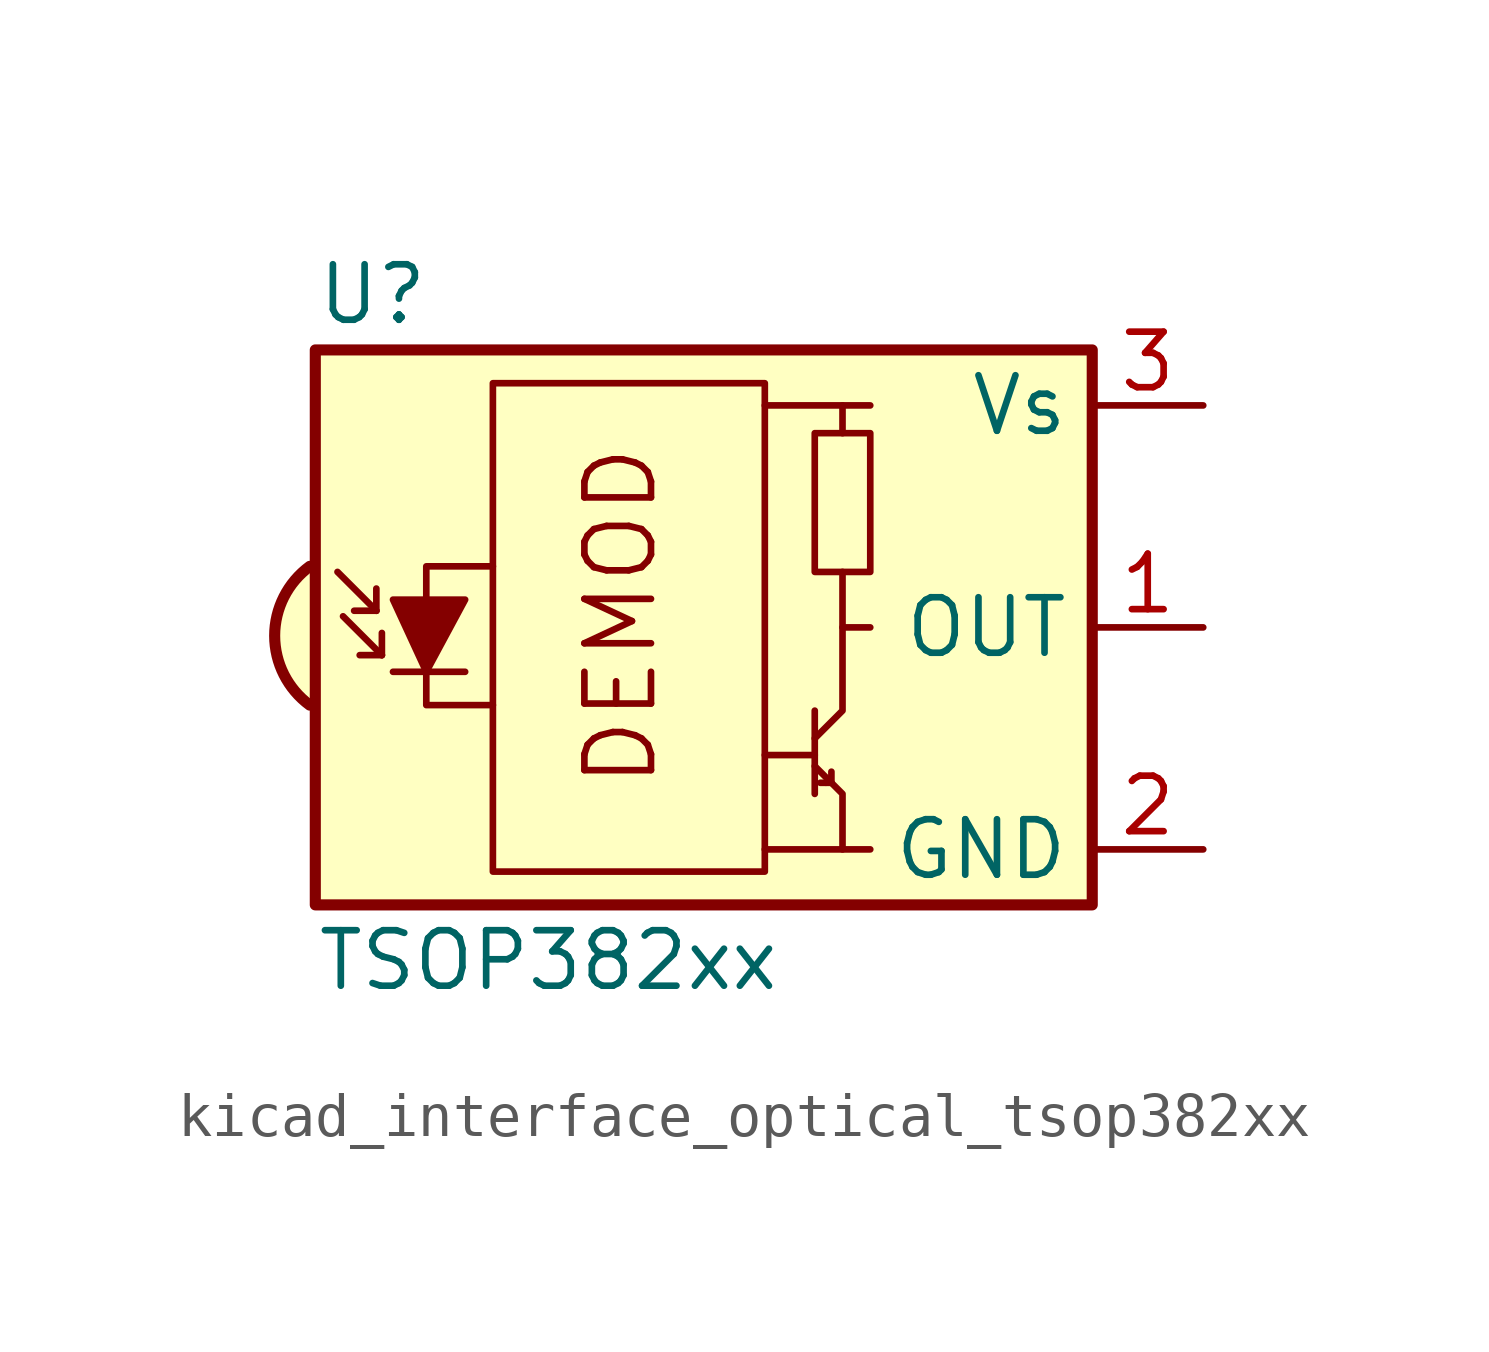
<source format=kicad_sym>
(kicad_symbol_lib
  (version 20220914)
  (generator kicad_symbol_editor)
  (symbol "kicad_interface_optical_tsop382xx"
    (property "Reference" "U"
      (at -10.16 7.62 0)
      (effects (font (size 1.27 1.27)) (justify left)))
    (property "Value" "TSOP382xx"
      (at -10.16 -7.62 0)
      (effects (font (size 1.27 1.27)) (justify left)))
    (symbol "kicad_interface_optical_tsop382xx_0_0"
      (arc (start -10.287 1.397) (mid -11.0899 -0.1852) (end -10.287 -1.778) (stroke (width 0.254) (type default)) (fill (type background)))
      (polyline (pts (xy 1.905 -5.08) (xy 0.127 -5.08)) (stroke (width 0) (type default)) (fill (type none)))
      (polyline (pts (xy 1.905 5.08) (xy 0.127 5.08)) (stroke (width 0) (type default)) (fill (type none)))
      (text "DEMOD" (at -3.175 0.254 900) (effects (font (size 1.524 1.524)))))
    (symbol "kicad_interface_optical_tsop382xx_0_1"
      (rectangle (start -6.096 5.588) (end 0.127 -5.588) (stroke (width 0) (type default)) (fill (type none)))
      (polyline (pts (xy -8.763 0.381) (xy -9.652 1.27)) (stroke (width 0) (type default)) (fill (type none)))
      (polyline (pts (xy -8.763 0.381) (xy -9.271 0.381)) (stroke (width 0) (type default)) (fill (type none)))
      (polyline (pts (xy -8.763 0.381) (xy -8.763 0.889)) (stroke (width 0) (type default)) (fill (type none)))
      (polyline (pts (xy -8.636 -0.635) (xy -9.525 0.254)) (stroke (width 0) (type default)) (fill (type none)))
      (polyline (pts (xy -8.636 -0.635) (xy -9.144 -0.635)) (stroke (width 0) (type default)) (fill (type none)))
      (polyline (pts (xy -8.636 -0.635) (xy -8.636 -0.127)) (stroke (width 0) (type default)) (fill (type none)))
      (polyline (pts (xy -8.382 -1.016) (xy -6.731 -1.016)) (stroke (width 0) (type default)) (fill (type none)))
      (polyline (pts (xy 1.27 -2.921) (xy 0.127 -2.921)) (stroke (width 0) (type default)) (fill (type none)))
      (polyline (pts (xy 1.27 -1.905) (xy 1.27 -3.81)) (stroke (width 0) (type default)) (fill (type none)))
      (polyline (pts (xy 1.397 -3.556) (xy 1.524 -3.556)) (stroke (width 0) (type default)) (fill (type none)))
      (polyline (pts (xy 1.651 -3.556) (xy 1.524 -3.556)) (stroke (width 0) (type default)) (fill (type none)))
      (polyline (pts (xy 1.651 -3.556) (xy 1.651 -3.302)) (stroke (width 0) (type default)) (fill (type none)))
      (polyline (pts (xy 1.905 0) (xy 1.905 1.27)) (stroke (width 0) (type default)) (fill (type none)))
      (polyline (pts (xy 1.905 4.445) (xy 1.905 5.08) (xy 2.54 5.08)) (stroke (width 0) (type default)) (fill (type none)))
      (polyline (pts (xy -8.382 0.635) (xy -6.731 0.635) (xy -7.62 -1.016) (xy -8.382 0.635)) (stroke (width 0) (type default)) (fill (type outline)))
      (polyline (pts (xy -6.096 1.397) (xy -7.62 1.397) (xy -7.62 -1.778) (xy -6.096 -1.778)) (stroke (width 0) (type default)) (fill (type none)))
      (polyline (pts (xy 1.27 -3.175) (xy 1.905 -3.81) (xy 1.905 -5.08) (xy 2.54 -5.08)) (stroke (width 0) (type default)) (fill (type none)))
      (polyline (pts (xy 1.27 -2.54) (xy 1.905 -1.905) (xy 1.905 0) (xy 2.54 0)) (stroke (width 0) (type default)) (fill (type none)))
      (rectangle (start 2.54 1.27) (end 1.27 4.445) (stroke (width 0) (type default)) (fill (type none)))
      (rectangle (start 7.62 6.35) (end -10.16 -6.35) (stroke (width 0.254) (type default)) (fill (type background))))
    (symbol "kicad_interface_optical_tsop382xx_1_1"
      (pin output line (at 10.16 0 180) (length 2.54) (name "OUT" (effects (font (size 1.27 1.27)))) (number "1" (effects (font (size 1.27 1.27)))))
      (pin power_in line (at 10.16 -5.08 180) (length 2.54) (name "GND" (effects (font (size 1.27 1.27)))) (number "2" (effects (font (size 1.27 1.27)))))
      (pin power_in line (at 10.16 5.08 180) (length 2.54) (name "Vs" (effects (font (size 1.27 1.27)))) (number "3" (effects (font (size 1.27 1.27))))))))
</source>
